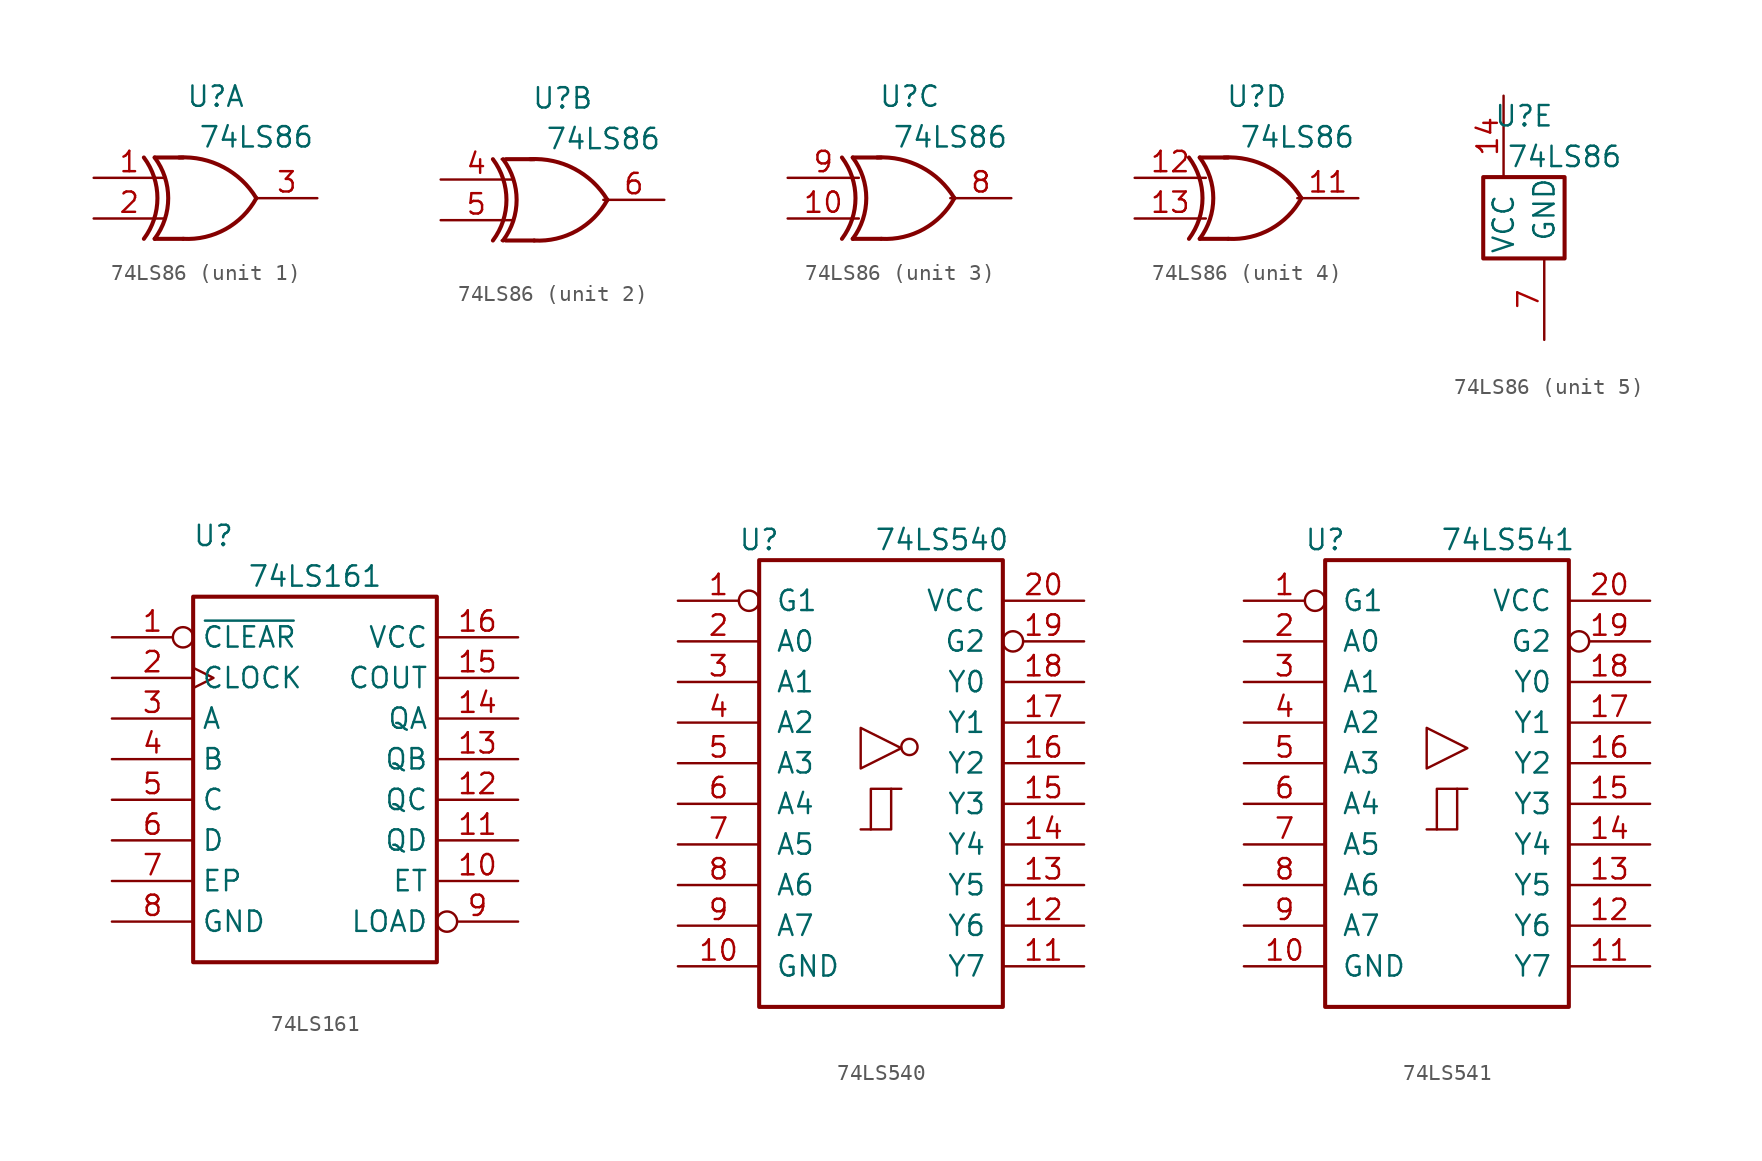
<source format=kicad_sym>
(kicad_symbol_lib
  (version 20220914)
  (generator kicad_symbol_editor)
  (symbol "74LS86"
    (pin_names
      (offset 1.016))
    (property "Reference" "U"
      (at 0 6.35 0)
      (effects (font (size 1.27 1.27))))
    (property "Value" "74LS86"
      (at 2.54 3.81 0)
      (effects (font (size 1.27 1.27))))
    (property "ki_locked" ""
      (at 0 0 0)
      (effects (font (size 1.27 1.27))))
    (symbol "74LS86_1_0"
      (pin input line (at -7.62 1.27 0) (length 4.445) (name "~" (effects (font (size 1.27 1.27)))) (number "1" (effects (font (size 1.27 1.27)))))
      (pin input line (at -7.62 -1.27 0) (length 4.445) (name "~" (effects (font (size 1.27 1.27)))) (number "2" (effects (font (size 1.27 1.27)))))
      (pin output line (at 6.35 0 180) (length 3.81) (name "~" (effects (font (size 1.27 1.27)))) (number "3" (effects (font (size 1.27 1.27))))))
    (symbol "74LS86_1_1"
      (arc (start -4.484 -2.54) (mid -3.638 0) (end -4.484 2.54) (stroke (width 0.254) (type default)) (fill (type none)))
      (arc (start -3.81 -2.54) (mid -2.964 0) (end -3.81 2.54) (stroke (width 0.254) (type default)) (fill (type none)))
      (arc (start -2.032 -2.54) (mid 0.6219 -1.9322) (end 2.54 0) (stroke (width 0.254) (type default)) (fill (type none)))
      (polyline (pts (xy -3.81 -2.54) (xy -2.032 -2.54)) (stroke (width 0.254) (type default)) (fill (type none)))
      (polyline (pts (xy -3.81 2.54) (xy -2.032 2.54)) (stroke (width 0.254) (type default)) (fill (type none)))
      (polyline (pts (xy -1.27 2.54) (xy -3.81 2.54) (xy -3.175 1.27) (xy -2.794 0) (xy -3.175 -1.27) (xy -3.81 -2.54) (xy -1.27 -2.54)) (stroke (width -0.0001) (type default)) (fill (type none)))
      (arc (start 2.54 0) (mid 0.4797 1.9402) (end -2.286 2.54) (stroke (width 0.254) (type default)) (fill (type none))))
    (symbol "74LS86_2_0"
      (polyline (pts (xy -0.635 3.81) (xy -3.81 3.81) (xy -3.81 3.81) (xy -3.556 3.404) (xy -3.023 2.261) (xy -2.692 1.041) (xy -2.616 -0.254) (xy -2.769 -1.499) (xy -3.175 -2.718) (xy -3.81 -3.81) (xy -3.81 -3.81) (xy -0.635 -3.81)) (stroke (width -0.0001) (type default)) (fill (type none)))
      (pin input line (at -7.62 1.27 0) (length 4.445) (name "~" (effects (font (size 1.27 1.27)))) (number "4" (effects (font (size 1.27 1.27)))))
      (pin input line (at -7.62 -1.27 0) (length 4.445) (name "~" (effects (font (size 1.27 1.27)))) (number "5" (effects (font (size 1.27 1.27)))))
      (pin output line (at 6.35 0 180) (length 3.81) (name "~" (effects (font (size 1.27 1.27)))) (number "6" (effects (font (size 1.27 1.27))))))
    (symbol "74LS86_2_1"
      (arc (start -4.357 -2.54) (mid -3.511 0) (end -4.357 2.54) (stroke (width 0.254) (type default)) (fill (type none)))
      (arc (start -3.722 -2.54) (mid -2.876 0) (end -3.722 2.54) (stroke (width 0.254) (type default)) (fill (type none)))
      (arc (start -1.778 -2.54) (mid 0.8759 -1.9322) (end 2.794 0) (stroke (width 0.254) (type default)) (fill (type none)))
      (polyline (pts (xy -3.81 -2.54) (xy -3.175 -2.54)) (stroke (width 0.152) (type default)) (fill (type none)))
      (polyline (pts (xy -3.81 2.54) (xy -3.175 2.54)) (stroke (width 0.152) (type default)) (fill (type none)))
      (polyline (pts (xy -3.556 -2.54) (xy -1.778 -2.54)) (stroke (width 0.254) (type default)) (fill (type none)))
      (polyline (pts (xy -3.556 2.54) (xy -1.778 2.54)) (stroke (width 0.254) (type default)) (fill (type none)))
      (polyline (pts (xy -1.016 2.54) (xy -3.556 2.54) (xy -2.921 1.27) (xy -2.54 0) (xy -2.921 -1.27) (xy -3.556 -2.54) (xy -1.016 -2.54)) (stroke (width -0.0001) (type default)) (fill (type none)))
      (arc (start 2.794 0) (mid 0.7337 1.9402) (end -2.032 2.54) (stroke (width 0.254) (type default)) (fill (type none))))
    (symbol "74LS86_3_0"
      (pin input line (at -7.62 -1.27 0) (length 4.445) (name "~" (effects (font (size 1.27 1.27)))) (number "10" (effects (font (size 1.27 1.27)))))
      (pin output line (at 6.35 0 180) (length 3.81) (name "~" (effects (font (size 1.27 1.27)))) (number "8" (effects (font (size 1.27 1.27)))))
      (pin input line (at -7.62 1.27 0) (length 4.445) (name "~" (effects (font (size 1.27 1.27)))) (number "9" (effects (font (size 1.27 1.27))))))
    (symbol "74LS86_3_1"
      (arc (start -4.23 -2.54) (mid -3.384 0) (end -4.23 2.54) (stroke (width 0.254) (type default)) (fill (type none)))
      (arc (start -3.556 -2.54) (mid -2.71 0) (end -3.556 2.54) (stroke (width 0.254) (type default)) (fill (type none)))
      (arc (start -1.778 -2.54) (mid 0.8759 -1.9322) (end 2.794 0) (stroke (width 0.254) (type default)) (fill (type none)))
      (polyline (pts (xy -3.556 -2.54) (xy -1.778 -2.54)) (stroke (width 0.254) (type default)) (fill (type none)))
      (polyline (pts (xy -3.556 2.54) (xy -1.778 2.54)) (stroke (width 0.254) (type default)) (fill (type none)))
      (arc (start 2.794 0) (mid 0.7337 1.9402) (end -2.032 2.54) (stroke (width 0.254) (type default)) (fill (type none))))
    (symbol "74LS86_4_0"
      (pin output line (at 6.35 0 180) (length 3.81) (name "~" (effects (font (size 1.27 1.27)))) (number "11" (effects (font (size 1.27 1.27)))))
      (pin input line (at -7.62 1.27 0) (length 4.445) (name "~" (effects (font (size 1.27 1.27)))) (number "12" (effects (font (size 1.27 1.27)))))
      (pin input line (at -7.62 -1.27 0) (length 4.445) (name "~" (effects (font (size 1.27 1.27)))) (number "13" (effects (font (size 1.27 1.27))))))
    (symbol "74LS86_4_1"
      (arc (start -4.23 -2.54) (mid -3.384 0) (end -4.23 2.54) (stroke (width 0.254) (type default)) (fill (type none)))
      (arc (start -3.556 -2.54) (mid -2.71 0) (end -3.556 2.54) (stroke (width 0.254) (type default)) (fill (type none)))
      (arc (start -1.778 -2.54) (mid 0.8759 -1.9322) (end 2.794 0) (stroke (width 0.254) (type default)) (fill (type none)))
      (polyline (pts (xy -3.556 -2.54) (xy -1.778 -2.54)) (stroke (width 0.254) (type default)) (fill (type none)))
      (polyline (pts (xy -3.556 2.54) (xy -1.778 2.54)) (stroke (width 0.254) (type default)) (fill (type none)))
      (arc (start 2.794 0) (mid 0.7337 1.9402) (end -2.032 2.54) (stroke (width 0.254) (type default)) (fill (type none))))
    (symbol "74LS86_5_0"
      (pin power_in line (at -1.27 7.62 270) (length 5.08) (name "VCC" (effects (font (size 1.27 1.27)))) (number "14" (effects (font (size 1.27 1.27)))))
      (pin power_in line (at 1.27 -7.62 90) (length 5.08) (name "GND" (effects (font (size 1.27 1.27)))) (number "7" (effects (font (size 1.27 1.27))))))
    (symbol "74LS86_5_1"
      (rectangle (start -2.54 2.54) (end 2.54 -2.54) (stroke (width 0.254) (type default)) (fill (type none)))))
  (symbol "74LS161"
    (property "Reference" "U"
      (at -6.35 13.97 0)
      (effects (font (size 1.27 1.27))))
    (property "Value" "74LS161"
      (at 0 11.43 0)
      (effects (font (size 1.27 1.27))))
    (symbol "74LS161_1_1"
      (rectangle (start -7.62 10.16) (end 7.62 -12.7) (stroke (width 0.254) (type default)) (fill (type none)))
      (pin input inverted (at -12.7 7.62 0) (length 5.08) (name "~{CLEAR}" (effects (font (size 1.27 1.27)))) (number "1" (effects (font (size 1.27 1.27)))))
      (pin input line (at 12.7 -7.62 180) (length 5.08) (name "ET" (effects (font (size 1.27 1.27)))) (number "10" (effects (font (size 1.27 1.27)))))
      (pin output line (at 12.7 -5.08 180) (length 5.08) (name "QD" (effects (font (size 1.27 1.27)))) (number "11" (effects (font (size 1.27 1.27)))))
      (pin output line (at 12.7 -2.54 180) (length 5.08) (name "QC" (effects (font (size 1.27 1.27)))) (number "12" (effects (font (size 1.27 1.27)))))
      (pin output line (at 12.7 0 180) (length 5.08) (name "QB" (effects (font (size 1.27 1.27)))) (number "13" (effects (font (size 1.27 1.27)))))
      (pin output line (at 12.7 2.54 180) (length 5.08) (name "QA" (effects (font (size 1.27 1.27)))) (number "14" (effects (font (size 1.27 1.27)))))
      (pin output line (at 12.7 5.08 180) (length 5.08) (name "COUT" (effects (font (size 1.27 1.27)))) (number "15" (effects (font (size 1.27 1.27)))))
      (pin power_in line (at 12.7 7.62 180) (length 5.08) (name "VCC" (effects (font (size 1.27 1.27)))) (number "16" (effects (font (size 1.27 1.27)))))
      (pin input clock (at -12.7 5.08 0) (length 5.08) (name "CLOCK" (effects (font (size 1.27 1.27)))) (number "2" (effects (font (size 1.27 1.27)))))
      (pin input line (at -12.7 2.54 0) (length 5.08) (name "A" (effects (font (size 1.27 1.27)))) (number "3" (effects (font (size 1.27 1.27)))))
      (pin input line (at -12.7 0 0) (length 5.08) (name "B" (effects (font (size 1.27 1.27)))) (number "4" (effects (font (size 1.27 1.27)))))
      (pin input line (at -12.7 -2.54 0) (length 5.08) (name "C" (effects (font (size 1.27 1.27)))) (number "5" (effects (font (size 1.27 1.27)))))
      (pin input line (at -12.7 -5.08 0) (length 5.08) (name "D" (effects (font (size 1.27 1.27)))) (number "6" (effects (font (size 1.27 1.27)))))
      (pin input line (at -12.7 -7.62 0) (length 5.08) (name "EP" (effects (font (size 1.27 1.27)))) (number "7" (effects (font (size 1.27 1.27)))))
      (pin power_in line (at -12.7 -10.16 0) (length 5.08) (name "GND" (effects (font (size 1.27 1.27)))) (number "8" (effects (font (size 1.27 1.27)))))
      (pin input inverted (at 12.7 -10.16 180) (length 5.08) (name "LOAD" (effects (font (size 1.27 1.27)))) (number "9" (effects (font (size 1.27 1.27)))))))
  (symbol "74LS540"
    (pin_names
      (offset 1.016))
    (property "Reference" "U"
      (at -7.62 15.24 0)
      (effects (font (size 1.27 1.27))))
    (property "Value" "74LS540"
      (at 3.81 15.24 0)
      (effects (font (size 1.27 1.27))))
    (symbol "74LS540_0_1"
      (circle (center 1.778 2.286) (radius 0.508) (stroke (width 0) (type default)) (fill (type none))))
    (symbol "74LS540_1_0"
      (polyline (pts (xy -0.635 -2.87) (xy -0.635 -0.33) (xy 0.635 -0.33)) (stroke (width 0) (type default)) (fill (type none)))
      (polyline (pts (xy -1.27 -2.87) (xy 0.635 -2.87) (xy 0.635 -0.33) (xy 1.27 -0.33)) (stroke (width 0) (type default)) (fill (type none)))
      (polyline (pts (xy 1.27 2.21) (xy -1.27 3.48) (xy -1.27 0.94) (xy 1.27 2.21)) (stroke (width 0.152) (type default)) (fill (type none)))
      (pin input inverted (at -12.7 11.43 0) (length 5.08) (name "G1" (effects (font (size 1.27 1.27)))) (number "1" (effects (font (size 1.27 1.27)))))
      (pin power_in line (at -12.7 -11.43 0) (length 5.08) (name "GND" (effects (font (size 1.27 1.27)))) (number "10" (effects (font (size 1.27 1.27)))))
      (pin tri_state line (at 12.7 -11.43 180) (length 5.08) (name "Y7" (effects (font (size 1.27 1.27)))) (number "11" (effects (font (size 1.27 1.27)))))
      (pin tri_state line (at 12.7 -8.89 180) (length 5.08) (name "Y6" (effects (font (size 1.27 1.27)))) (number "12" (effects (font (size 1.27 1.27)))))
      (pin tri_state line (at 12.7 -6.35 180) (length 5.08) (name "Y5" (effects (font (size 1.27 1.27)))) (number "13" (effects (font (size 1.27 1.27)))))
      (pin tri_state line (at 12.7 -3.81 180) (length 5.08) (name "Y4" (effects (font (size 1.27 1.27)))) (number "14" (effects (font (size 1.27 1.27)))))
      (pin tri_state line (at 12.7 -1.27 180) (length 5.08) (name "Y3" (effects (font (size 1.27 1.27)))) (number "15" (effects (font (size 1.27 1.27)))))
      (pin tri_state line (at 12.7 1.27 180) (length 5.08) (name "Y2" (effects (font (size 1.27 1.27)))) (number "16" (effects (font (size 1.27 1.27)))))
      (pin tri_state line (at 12.7 3.81 180) (length 5.08) (name "Y1" (effects (font (size 1.27 1.27)))) (number "17" (effects (font (size 1.27 1.27)))))
      (pin tri_state line (at 12.7 6.35 180) (length 5.08) (name "Y0" (effects (font (size 1.27 1.27)))) (number "18" (effects (font (size 1.27 1.27)))))
      (pin input inverted (at 12.7 8.89 180) (length 5.08) (name "G2" (effects (font (size 1.27 1.27)))) (number "19" (effects (font (size 1.27 1.27)))))
      (pin input line (at -12.7 8.89 0) (length 5.08) (name "A0" (effects (font (size 1.27 1.27)))) (number "2" (effects (font (size 1.27 1.27)))))
      (pin power_in line (at 12.7 11.43 180) (length 5.08) (name "VCC" (effects (font (size 1.27 1.27)))) (number "20" (effects (font (size 1.27 1.27)))))
      (pin input line (at -12.7 6.35 0) (length 5.08) (name "A1" (effects (font (size 1.27 1.27)))) (number "3" (effects (font (size 1.27 1.27)))))
      (pin input line (at -12.7 3.81 0) (length 5.08) (name "A2" (effects (font (size 1.27 1.27)))) (number "4" (effects (font (size 1.27 1.27)))))
      (pin input line (at -12.7 1.27 0) (length 5.08) (name "A3" (effects (font (size 1.27 1.27)))) (number "5" (effects (font (size 1.27 1.27)))))
      (pin input line (at -12.7 -1.27 0) (length 5.08) (name "A4" (effects (font (size 1.27 1.27)))) (number "6" (effects (font (size 1.27 1.27)))))
      (pin input line (at -12.7 -3.81 0) (length 5.08) (name "A5" (effects (font (size 1.27 1.27)))) (number "7" (effects (font (size 1.27 1.27)))))
      (pin input line (at -12.7 -6.35 0) (length 5.08) (name "A6" (effects (font (size 1.27 1.27)))) (number "8" (effects (font (size 1.27 1.27)))))
      (pin input line (at -12.7 -8.89 0) (length 5.08) (name "A7" (effects (font (size 1.27 1.27)))) (number "9" (effects (font (size 1.27 1.27))))))
    (symbol "74LS540_1_1"
      (rectangle (start -7.62 13.97) (end 7.62 -13.97) (stroke (width 0.254) (type default)) (fill (type none)))))
  (symbol "74LS541"
    (pin_names
      (offset 1.016))
    (property "Reference" "U"
      (at -7.62 15.24 0)
      (effects (font (size 1.27 1.27))))
    (property "Value" "74LS541"
      (at 3.81 15.24 0)
      (effects (font (size 1.27 1.27))))
    (symbol "74LS541_1_0"
      (polyline (pts (xy -0.635 -2.87) (xy -0.635 -0.33) (xy 0.635 -0.33)) (stroke (width 0) (type default)) (fill (type none)))
      (polyline (pts (xy -1.27 -2.87) (xy 0.635 -2.87) (xy 0.635 -0.33) (xy 1.27 -0.33)) (stroke (width 0) (type default)) (fill (type none)))
      (polyline (pts (xy 1.27 2.21) (xy -1.27 3.48) (xy -1.27 0.94) (xy 1.27 2.21)) (stroke (width 0.152) (type default)) (fill (type none)))
      (pin input inverted (at -12.7 11.43 0) (length 5.08) (name "G1" (effects (font (size 1.27 1.27)))) (number "1" (effects (font (size 1.27 1.27)))))
      (pin power_in line (at -12.7 -11.43 0) (length 5.08) (name "GND" (effects (font (size 1.27 1.27)))) (number "10" (effects (font (size 1.27 1.27)))))
      (pin tri_state line (at 12.7 -11.43 180) (length 5.08) (name "Y7" (effects (font (size 1.27 1.27)))) (number "11" (effects (font (size 1.27 1.27)))))
      (pin tri_state line (at 12.7 -8.89 180) (length 5.08) (name "Y6" (effects (font (size 1.27 1.27)))) (number "12" (effects (font (size 1.27 1.27)))))
      (pin tri_state line (at 12.7 -6.35 180) (length 5.08) (name "Y5" (effects (font (size 1.27 1.27)))) (number "13" (effects (font (size 1.27 1.27)))))
      (pin tri_state line (at 12.7 -3.81 180) (length 5.08) (name "Y4" (effects (font (size 1.27 1.27)))) (number "14" (effects (font (size 1.27 1.27)))))
      (pin tri_state line (at 12.7 -1.27 180) (length 5.08) (name "Y3" (effects (font (size 1.27 1.27)))) (number "15" (effects (font (size 1.27 1.27)))))
      (pin tri_state line (at 12.7 1.27 180) (length 5.08) (name "Y2" (effects (font (size 1.27 1.27)))) (number "16" (effects (font (size 1.27 1.27)))))
      (pin tri_state line (at 12.7 3.81 180) (length 5.08) (name "Y1" (effects (font (size 1.27 1.27)))) (number "17" (effects (font (size 1.27 1.27)))))
      (pin tri_state line (at 12.7 6.35 180) (length 5.08) (name "Y0" (effects (font (size 1.27 1.27)))) (number "18" (effects (font (size 1.27 1.27)))))
      (pin input inverted (at 12.7 8.89 180) (length 5.08) (name "G2" (effects (font (size 1.27 1.27)))) (number "19" (effects (font (size 1.27 1.27)))))
      (pin input line (at -12.7 8.89 0) (length 5.08) (name "A0" (effects (font (size 1.27 1.27)))) (number "2" (effects (font (size 1.27 1.27)))))
      (pin power_in line (at 12.7 11.43 180) (length 5.08) (name "VCC" (effects (font (size 1.27 1.27)))) (number "20" (effects (font (size 1.27 1.27)))))
      (pin input line (at -12.7 6.35 0) (length 5.08) (name "A1" (effects (font (size 1.27 1.27)))) (number "3" (effects (font (size 1.27 1.27)))))
      (pin input line (at -12.7 3.81 0) (length 5.08) (name "A2" (effects (font (size 1.27 1.27)))) (number "4" (effects (font (size 1.27 1.27)))))
      (pin input line (at -12.7 1.27 0) (length 5.08) (name "A3" (effects (font (size 1.27 1.27)))) (number "5" (effects (font (size 1.27 1.27)))))
      (pin input line (at -12.7 -1.27 0) (length 5.08) (name "A4" (effects (font (size 1.27 1.27)))) (number "6" (effects (font (size 1.27 1.27)))))
      (pin input line (at -12.7 -3.81 0) (length 5.08) (name "A5" (effects (font (size 1.27 1.27)))) (number "7" (effects (font (size 1.27 1.27)))))
      (pin input line (at -12.7 -6.35 0) (length 5.08) (name "A6" (effects (font (size 1.27 1.27)))) (number "8" (effects (font (size 1.27 1.27)))))
      (pin input line (at -12.7 -8.89 0) (length 5.08) (name "A7" (effects (font (size 1.27 1.27)))) (number "9" (effects (font (size 1.27 1.27))))))
    (symbol "74LS541_1_1"
      (rectangle (start -7.62 13.97) (end 7.62 -13.97) (stroke (width 0.254) (type default)) (fill (type none))))))
</source>
